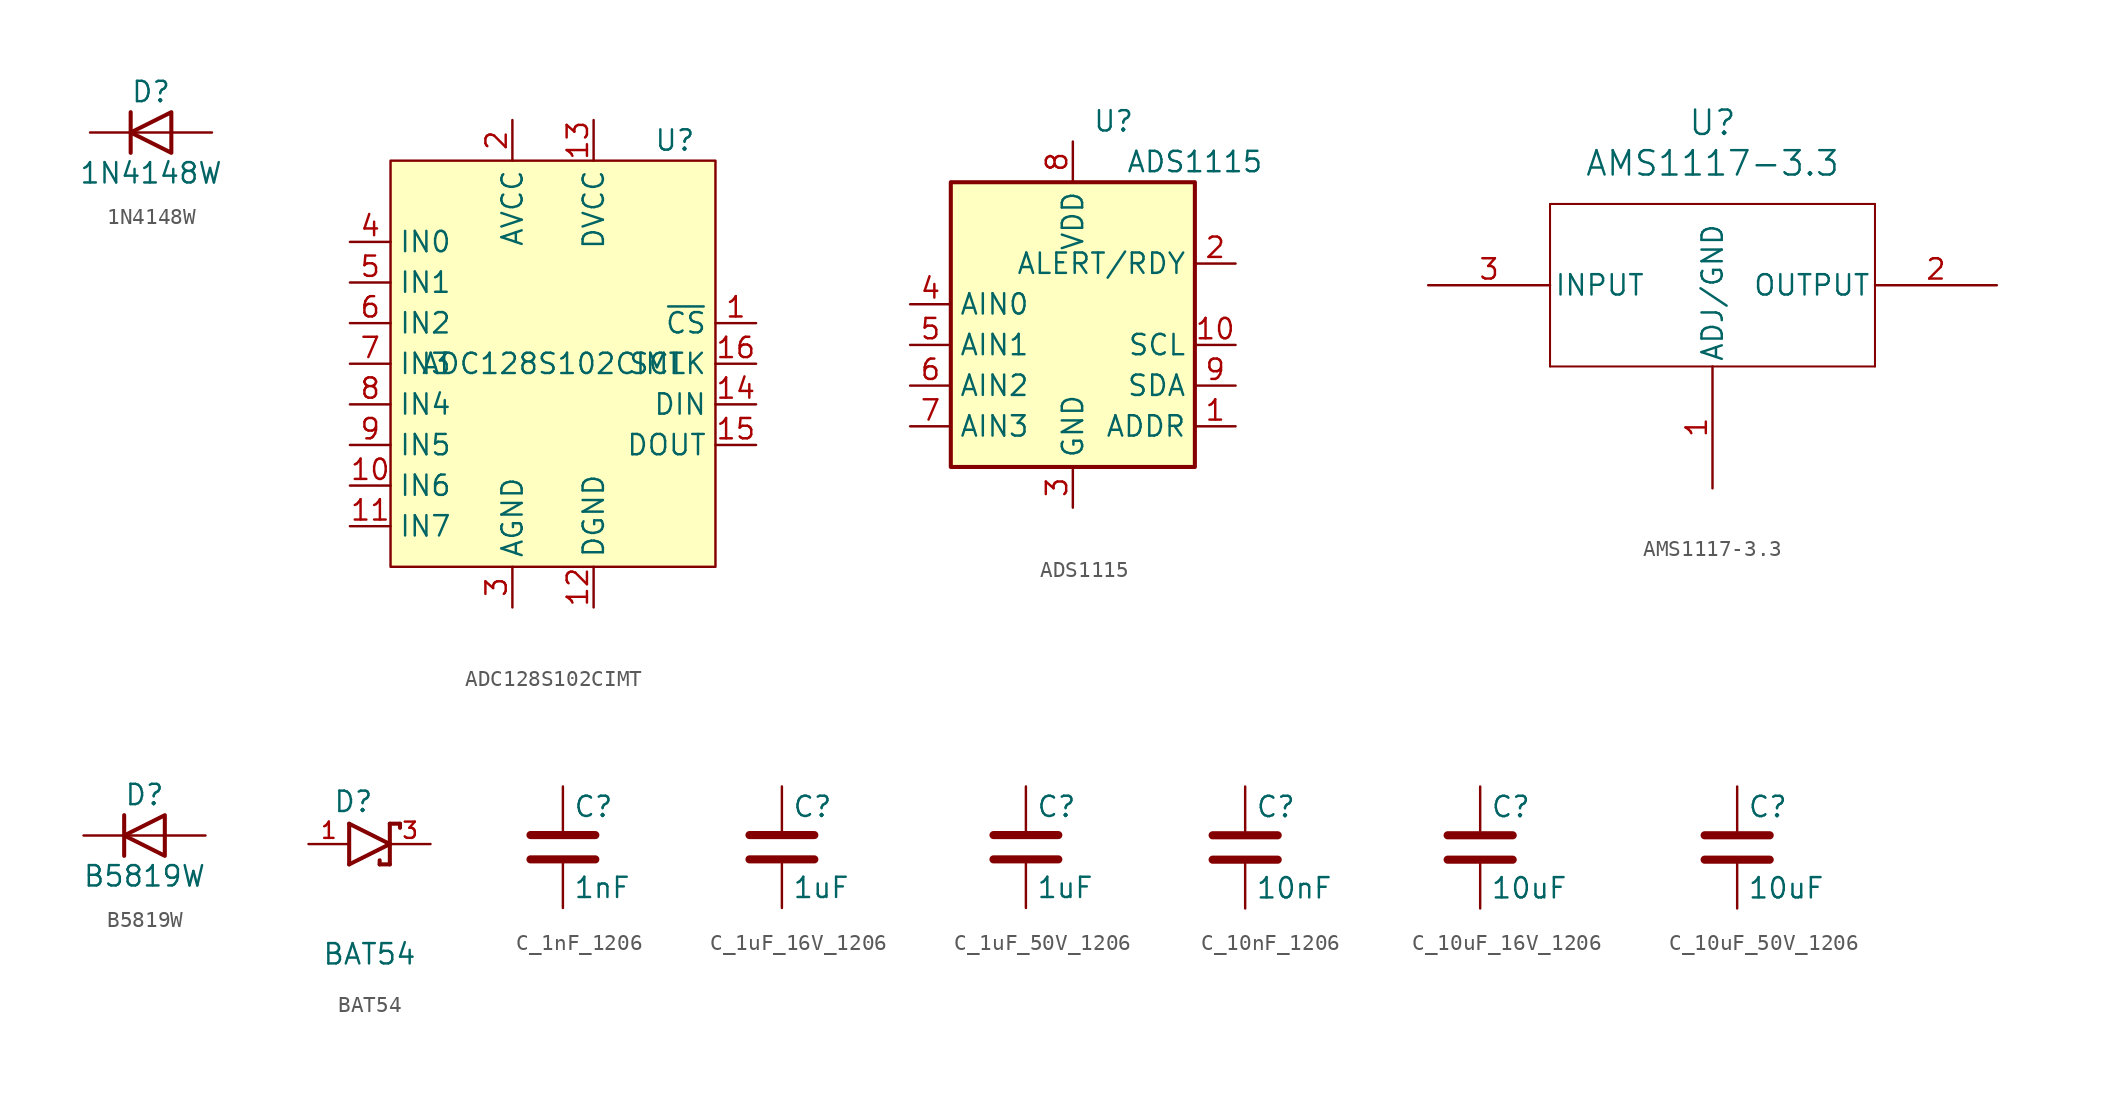
<source format=kicad_sym>
(kicad_symbol_lib
  (version 20231120)
  (generator "kicad_symbol_editor")
  (generator_version "8.0")
  (symbol "1N4148W"
    (pin_numbers hide)
    (pin_names
      (offset 1.016) hide)
    (property "Reference" "D"
      (at 0 2.54 0)
      (effects (font (size 1.27 1.27))))
    (property "Value" "1N4148W"
      (at 0 -2.54 0)
      (effects (font (size 1.27 1.27))))
    (symbol "1N4148W_0_1"
      (polyline (pts (xy -1.27 1.27) (xy -1.27 -1.27)) (stroke (width 0.254) (type default)) (fill (type none)))
      (polyline (pts (xy 1.27 0) (xy -1.27 0)) (stroke (width 0) (type default)) (fill (type none)))
      (polyline (pts (xy 1.27 1.27) (xy 1.27 -1.27) (xy -1.27 0) (xy 1.27 1.27)) (stroke (width 0.254) (type default)) (fill (type none))))
    (symbol "1N4148W_1_1"
      (pin passive line (at -3.81 0 0) (length 2.54) (name "K" (effects (font (size 1.27 1.27)))) (number "1" (effects (font (size 1.27 1.27)))))
      (pin passive line (at 3.81 0 180) (length 2.54) (name "A" (effects (font (size 1.27 1.27)))) (number "2" (effects (font (size 1.27 1.27)))))))
  (symbol "ADC128S102CIMT"
    (property "Reference" "U"
      (at 7.62 13.97 0)
      (effects (font (size 1.27 1.27))))
    (property "Value" "ADC128S102CIMT"
      (at 0 0 0)
      (effects (font (size 1.27 1.27))))
    (symbol "ADC128S102CIMT_1_1"
      (polyline (pts (xy -10.16 -12.7) (xy -10.16 12.7) (xy 10.16 12.7) (xy 10.16 -12.7) (xy -10.16 -12.7)) (stroke (width 0) (type default)) (fill (type background)))
      (pin input line (at 12.7 2.54 180) (length 2.54) (name "~{CS}" (effects (font (size 1.27 1.27)))) (number "1" (effects (font (size 1.27 1.27)))))
      (pin input line (at -12.7 -7.62 0) (length 2.54) (name "IN6" (effects (font (size 1.27 1.27)))) (number "10" (effects (font (size 1.27 1.27)))))
      (pin input line (at -12.7 -10.16 0) (length 2.54) (name "IN7" (effects (font (size 1.27 1.27)))) (number "11" (effects (font (size 1.27 1.27)))))
      (pin power_in line (at 2.54 -15.24 90) (length 2.54) (name "DGND" (effects (font (size 1.27 1.27)))) (number "12" (effects (font (size 1.27 1.27)))))
      (pin power_in line (at 2.54 15.24 270) (length 2.54) (name "DVCC" (effects (font (size 1.27 1.27)))) (number "13" (effects (font (size 1.27 1.27)))))
      (pin input line (at 12.7 -2.54 180) (length 2.54) (name "DIN" (effects (font (size 1.27 1.27)))) (number "14" (effects (font (size 1.27 1.27)))))
      (pin output line (at 12.7 -5.08 180) (length 2.54) (name "DOUT" (effects (font (size 1.27 1.27)))) (number "15" (effects (font (size 1.27 1.27)))))
      (pin input line (at 12.7 0 180) (length 2.54) (name "SCLK" (effects (font (size 1.27 1.27)))) (number "16" (effects (font (size 1.27 1.27)))))
      (pin power_in line (at -2.54 15.24 270) (length 2.54) (name "AVCC" (effects (font (size 1.27 1.27)))) (number "2" (effects (font (size 1.27 1.27)))))
      (pin power_in line (at -2.54 -15.24 90) (length 2.54) (name "AGND" (effects (font (size 1.27 1.27)))) (number "3" (effects (font (size 1.27 1.27)))))
      (pin input line (at -12.7 7.62 0) (length 2.54) (name "IN0" (effects (font (size 1.27 1.27)))) (number "4" (effects (font (size 1.27 1.27)))))
      (pin input line (at -12.7 5.08 0) (length 2.54) (name "IN1" (effects (font (size 1.27 1.27)))) (number "5" (effects (font (size 1.27 1.27)))))
      (pin input line (at -12.7 2.54 0) (length 2.54) (name "IN2" (effects (font (size 1.27 1.27)))) (number "6" (effects (font (size 1.27 1.27)))))
      (pin input line (at -12.7 0 0) (length 2.54) (name "IN3" (effects (font (size 1.27 1.27)))) (number "7" (effects (font (size 1.27 1.27)))))
      (pin input line (at -12.7 -2.54 0) (length 2.54) (name "IN4" (effects (font (size 1.27 1.27)))) (number "8" (effects (font (size 1.27 1.27)))))
      (pin input line (at -12.7 -5.08 0) (length 2.54) (name "IN5" (effects (font (size 1.27 1.27)))) (number "9" (effects (font (size 1.27 1.27)))))))
  (symbol "ADS1115"
    (property "Reference" "U"
      (at 2.54 13.97 0)
      (effects (font (size 1.27 1.27))))
    (property "Value" "ADS1115"
      (at 7.62 11.43 0)
      (effects (font (size 1.27 1.27))))
    (symbol "ADS1115_0_1"
      (rectangle (start -7.62 10.16) (end 7.62 -7.62) (stroke (width 0.254) (type default)) (fill (type background))))
    (symbol "ADS1115_1_1"
      (pin input line (at 10.16 -5.08 180) (length 2.54) (name "ADDR" (effects (font (size 1.27 1.27)))) (number "1" (effects (font (size 1.27 1.27)))))
      (pin input line (at 10.16 0 180) (length 2.54) (name "SCL" (effects (font (size 1.27 1.27)))) (number "10" (effects (font (size 1.27 1.27)))))
      (pin output line (at 10.16 5.08 180) (length 2.54) (name "ALERT/RDY" (effects (font (size 1.27 1.27)))) (number "2" (effects (font (size 1.27 1.27)))))
      (pin power_in line (at 0 -10.16 90) (length 2.54) (name "GND" (effects (font (size 1.27 1.27)))) (number "3" (effects (font (size 1.27 1.27)))))
      (pin input line (at -10.16 2.54 0) (length 2.54) (name "AIN0" (effects (font (size 1.27 1.27)))) (number "4" (effects (font (size 1.27 1.27)))))
      (pin input line (at -10.16 0 0) (length 2.54) (name "AIN1" (effects (font (size 1.27 1.27)))) (number "5" (effects (font (size 1.27 1.27)))))
      (pin input line (at -10.16 -2.54 0) (length 2.54) (name "AIN2" (effects (font (size 1.27 1.27)))) (number "6" (effects (font (size 1.27 1.27)))))
      (pin input line (at -10.16 -5.08 0) (length 2.54) (name "AIN3" (effects (font (size 1.27 1.27)))) (number "7" (effects (font (size 1.27 1.27)))))
      (pin power_in line (at 0 12.7 270) (length 2.54) (name "VDD" (effects (font (size 1.27 1.27)))) (number "8" (effects (font (size 1.27 1.27)))))
      (pin bidirectional line (at 10.16 -2.54 180) (length 2.54) (name "SDA" (effects (font (size 1.27 1.27)))) (number "9" (effects (font (size 1.27 1.27)))))))
  (symbol "AMS1117-3.3"
    (pin_names
      (offset 0.254))
    (property "Reference" "U"
      (at 0 5.08 0)
      (effects (font (size 1.524 1.524))))
    (property "Value" "AMS1117-3.3"
      (at 0 2.54 0)
      (effects (font (size 1.524 1.524))))
    (symbol "AMS1117-3.3_0_1"
      (polyline (pts (xy -10.16 -10.16) (xy 10.16 -10.16)) (stroke (width 0.127) (type default)) (fill (type none)))
      (polyline (pts (xy -10.16 0) (xy -10.16 -10.16)) (stroke (width 0.127) (type default)) (fill (type none)))
      (polyline (pts (xy 10.16 -10.16) (xy 10.16 0)) (stroke (width 0.127) (type default)) (fill (type none)))
      (polyline (pts (xy 10.16 0) (xy -10.16 0)) (stroke (width 0.127) (type default)) (fill (type none)))
      (pin unspecified line (at 0 -17.78 90) (length 7.62) (name "ADJ/GND" (effects (font (size 1.27 1.27)))) (number "1" (effects (font (size 1.27 1.27)))))
      (pin unspecified line (at 17.78 -5.08 180) (length 7.62) (name "OUTPUT" (effects (font (size 1.27 1.27)))) (number "2" (effects (font (size 1.27 1.27)))))
      (pin unspecified line (at -17.78 -5.08 0) (length 7.62) (name "INPUT" (effects (font (size 1.27 1.27)))) (number "3" (effects (font (size 1.27 1.27)))))))
  (symbol "B5819W"
    (pin_numbers hide)
    (pin_names
      (offset 1.016) hide)
    (property "Reference" "D"
      (at 0 2.54 0)
      (effects (font (size 1.27 1.27))))
    (property "Value" "B5819W"
      (at 0 -2.54 0)
      (effects (font (size 1.27 1.27))))
    (symbol "B5819W_0_1"
      (polyline (pts (xy -1.27 1.27) (xy -1.27 -1.27)) (stroke (width 0.254) (type default)) (fill (type none)))
      (polyline (pts (xy 1.27 0) (xy -1.27 0)) (stroke (width 0) (type default)) (fill (type none)))
      (polyline (pts (xy 1.27 1.27) (xy 1.27 -1.27) (xy -1.27 0) (xy 1.27 1.27)) (stroke (width 0.254) (type default)) (fill (type none))))
    (symbol "B5819W_1_1"
      (pin passive line (at -3.81 0 0) (length 2.54) (name "K" (effects (font (size 1.27 1.27)))) (number "1" (effects (font (size 1.27 1.27)))))
      (pin passive line (at 3.81 0 180) (length 2.54) (name "A" (effects (font (size 1.27 1.27)))) (number "2" (effects (font (size 1.27 1.27)))))))
  (symbol "BAT54"
    (pin_names
      (offset 1.016))
    (property "Reference" "D"
      (at -2.286 1.905 0)
      (effects (font (size 1.27 1.27)) (justify left bottom)))
    (property "Value" "BAT54"
      (at 0 -7.62 0)
      (effects (font (size 1.27 1.27)) (justify bottom)))
    (symbol "BAT54_0_0"
      (polyline (pts (xy -1.27 -1.27) (xy 1.27 0)) (stroke (width 0.254) (type default)) (fill (type none)))
      (polyline (pts (xy -1.27 1.27) (xy -1.27 -1.27)) (stroke (width 0.254) (type default)) (fill (type none)))
      (polyline (pts (xy 0.635 -1.016) (xy 0.635 -1.27)) (stroke (width 0.254) (type default)) (fill (type none)))
      (polyline (pts (xy 1.27 -1.27) (xy 0.635 -1.27)) (stroke (width 0.254) (type default)) (fill (type none)))
      (polyline (pts (xy 1.27 0) (xy -1.27 1.27)) (stroke (width 0.254) (type default)) (fill (type none)))
      (polyline (pts (xy 1.27 0) (xy 1.27 -1.27)) (stroke (width 0.254) (type default)) (fill (type none)))
      (polyline (pts (xy 1.27 1.27) (xy 1.27 0)) (stroke (width 0.254) (type default)) (fill (type none)))
      (polyline (pts (xy 1.905 1.27) (xy 1.27 1.27)) (stroke (width 0.254) (type default)) (fill (type none)))
      (polyline (pts (xy 1.905 1.27) (xy 1.905 1.016)) (stroke (width 0.254) (type default)) (fill (type none)))
      (pin passive line (at -3.81 0 0) (length 2.54) (name "~" (effects (font (size 1.016 1.016)))) (number "1" (effects (font (size 1.016 1.016)))))
      (pin passive line (at 3.81 0 180) (length 2.54) (name "~" (effects (font (size 1.016 1.016)))) (number "3" (effects (font (size 1.016 1.016)))))))
  (symbol "C_1nF_1206"
    (pin_numbers hide)
    (pin_names
      (offset 0.254))
    (property "Reference" "C"
      (at 0.635 2.54 0)
      (effects (font (size 1.27 1.27)) (justify left)))
    (property "Value" "1nF"
      (at 0.635 -2.54 0)
      (effects (font (size 1.27 1.27)) (justify left)))
    (symbol "C_1nF_1206_0_1"
      (polyline (pts (xy -2.032 -0.762) (xy 2.032 -0.762)) (stroke (width 0.508) (type default)) (fill (type none)))
      (polyline (pts (xy -2.032 0.762) (xy 2.032 0.762)) (stroke (width 0.508) (type default)) (fill (type none))))
    (symbol "C_1nF_1206_1_1"
      (pin passive line (at 0 3.81 270) (length 2.794) (name "~" (effects (font (size 1.27 1.27)))) (number "1" (effects (font (size 1.27 1.27)))))
      (pin passive line (at 0 -3.81 90) (length 2.794) (name "~" (effects (font (size 1.27 1.27)))) (number "2" (effects (font (size 1.27 1.27)))))))
  (symbol "C_1uF_16V_1206"
    (pin_numbers hide)
    (pin_names
      (offset 0.254))
    (property "Reference" "C"
      (at 0.635 2.54 0)
      (effects (font (size 1.27 1.27)) (justify left)))
    (property "Value" "1uF"
      (at 0.635 -2.54 0)
      (effects (font (size 1.27 1.27)) (justify left)))
    (symbol "C_1uF_16V_1206_0_1"
      (polyline (pts (xy -2.032 -0.762) (xy 2.032 -0.762)) (stroke (width 0.508) (type default)) (fill (type none)))
      (polyline (pts (xy -2.032 0.762) (xy 2.032 0.762)) (stroke (width 0.508) (type default)) (fill (type none))))
    (symbol "C_1uF_16V_1206_1_1"
      (pin passive line (at 0 3.81 270) (length 2.794) (name "~" (effects (font (size 1.27 1.27)))) (number "1" (effects (font (size 1.27 1.27)))))
      (pin passive line (at 0 -3.81 90) (length 2.794) (name "~" (effects (font (size 1.27 1.27)))) (number "2" (effects (font (size 1.27 1.27)))))))
  (symbol "C_1uF_50V_1206"
    (pin_numbers hide)
    (pin_names
      (offset 0.254))
    (property "Reference" "C"
      (at 0.635 2.54 0)
      (effects (font (size 1.27 1.27)) (justify left)))
    (property "Value" "1uF"
      (at 0.635 -2.54 0)
      (effects (font (size 1.27 1.27)) (justify left)))
    (symbol "C_1uF_50V_1206_0_1"
      (polyline (pts (xy -2.032 -0.762) (xy 2.032 -0.762)) (stroke (width 0.508) (type default)) (fill (type none)))
      (polyline (pts (xy -2.032 0.762) (xy 2.032 0.762)) (stroke (width 0.508) (type default)) (fill (type none))))
    (symbol "C_1uF_50V_1206_1_1"
      (pin passive line (at 0 3.81 270) (length 2.794) (name "~" (effects (font (size 1.27 1.27)))) (number "1" (effects (font (size 1.27 1.27)))))
      (pin passive line (at 0 -3.81 90) (length 2.794) (name "~" (effects (font (size 1.27 1.27)))) (number "2" (effects (font (size 1.27 1.27)))))))
  (symbol "C_10nF_1206"
    (pin_numbers hide)
    (pin_names
      (offset 0.254))
    (property "Reference" "C"
      (at 0.635 2.54 0)
      (effects (font (size 1.27 1.27)) (justify left)))
    (property "Value" "10nF"
      (at 0.635 -2.54 0)
      (effects (font (size 1.27 1.27)) (justify left)))
    (symbol "C_10nF_1206_0_1"
      (polyline (pts (xy -2.032 -0.762) (xy 2.032 -0.762)) (stroke (width 0.508) (type default)) (fill (type none)))
      (polyline (pts (xy -2.032 0.762) (xy 2.032 0.762)) (stroke (width 0.508) (type default)) (fill (type none))))
    (symbol "C_10nF_1206_1_1"
      (pin passive line (at 0 3.81 270) (length 2.794) (name "~" (effects (font (size 1.27 1.27)))) (number "1" (effects (font (size 1.27 1.27)))))
      (pin passive line (at 0 -3.81 90) (length 2.794) (name "~" (effects (font (size 1.27 1.27)))) (number "2" (effects (font (size 1.27 1.27)))))))
  (symbol "C_10uF_16V_1206"
    (pin_numbers hide)
    (pin_names
      (offset 0.254))
    (property "Reference" "C"
      (at 0.635 2.54 0)
      (effects (font (size 1.27 1.27)) (justify left)))
    (property "Value" "10uF"
      (at 0.635 -2.54 0)
      (effects (font (size 1.27 1.27)) (justify left)))
    (symbol "C_10uF_16V_1206_0_1"
      (polyline (pts (xy -2.032 -0.762) (xy 2.032 -0.762)) (stroke (width 0.508) (type default)) (fill (type none)))
      (polyline (pts (xy -2.032 0.762) (xy 2.032 0.762)) (stroke (width 0.508) (type default)) (fill (type none))))
    (symbol "C_10uF_16V_1206_1_1"
      (pin passive line (at 0 3.81 270) (length 2.794) (name "~" (effects (font (size 1.27 1.27)))) (number "1" (effects (font (size 1.27 1.27)))))
      (pin passive line (at 0 -3.81 90) (length 2.794) (name "~" (effects (font (size 1.27 1.27)))) (number "2" (effects (font (size 1.27 1.27)))))))
  (symbol "C_10uF_50V_1206"
    (pin_numbers hide)
    (pin_names
      (offset 0.254))
    (property "Reference" "C"
      (at 0.635 2.54 0)
      (effects (font (size 1.27 1.27)) (justify left)))
    (property "Value" "10uF"
      (at 0.635 -2.54 0)
      (effects (font (size 1.27 1.27)) (justify left)))
    (symbol "C_10uF_50V_1206_0_1"
      (polyline (pts (xy -2.032 -0.762) (xy 2.032 -0.762)) (stroke (width 0.508) (type default)) (fill (type none)))
      (polyline (pts (xy -2.032 0.762) (xy 2.032 0.762)) (stroke (width 0.508) (type default)) (fill (type none))))
    (symbol "C_10uF_50V_1206_1_1"
      (pin passive line (at 0 3.81 270) (length 2.794) (name "~" (effects (font (size 1.27 1.27)))) (number "1" (effects (font (size 1.27 1.27)))))
      (pin passive line (at 0 -3.81 90) (length 2.794) (name "~" (effects (font (size 1.27 1.27)))) (number "2" (effects (font (size 1.27 1.27))))))))
</source>
